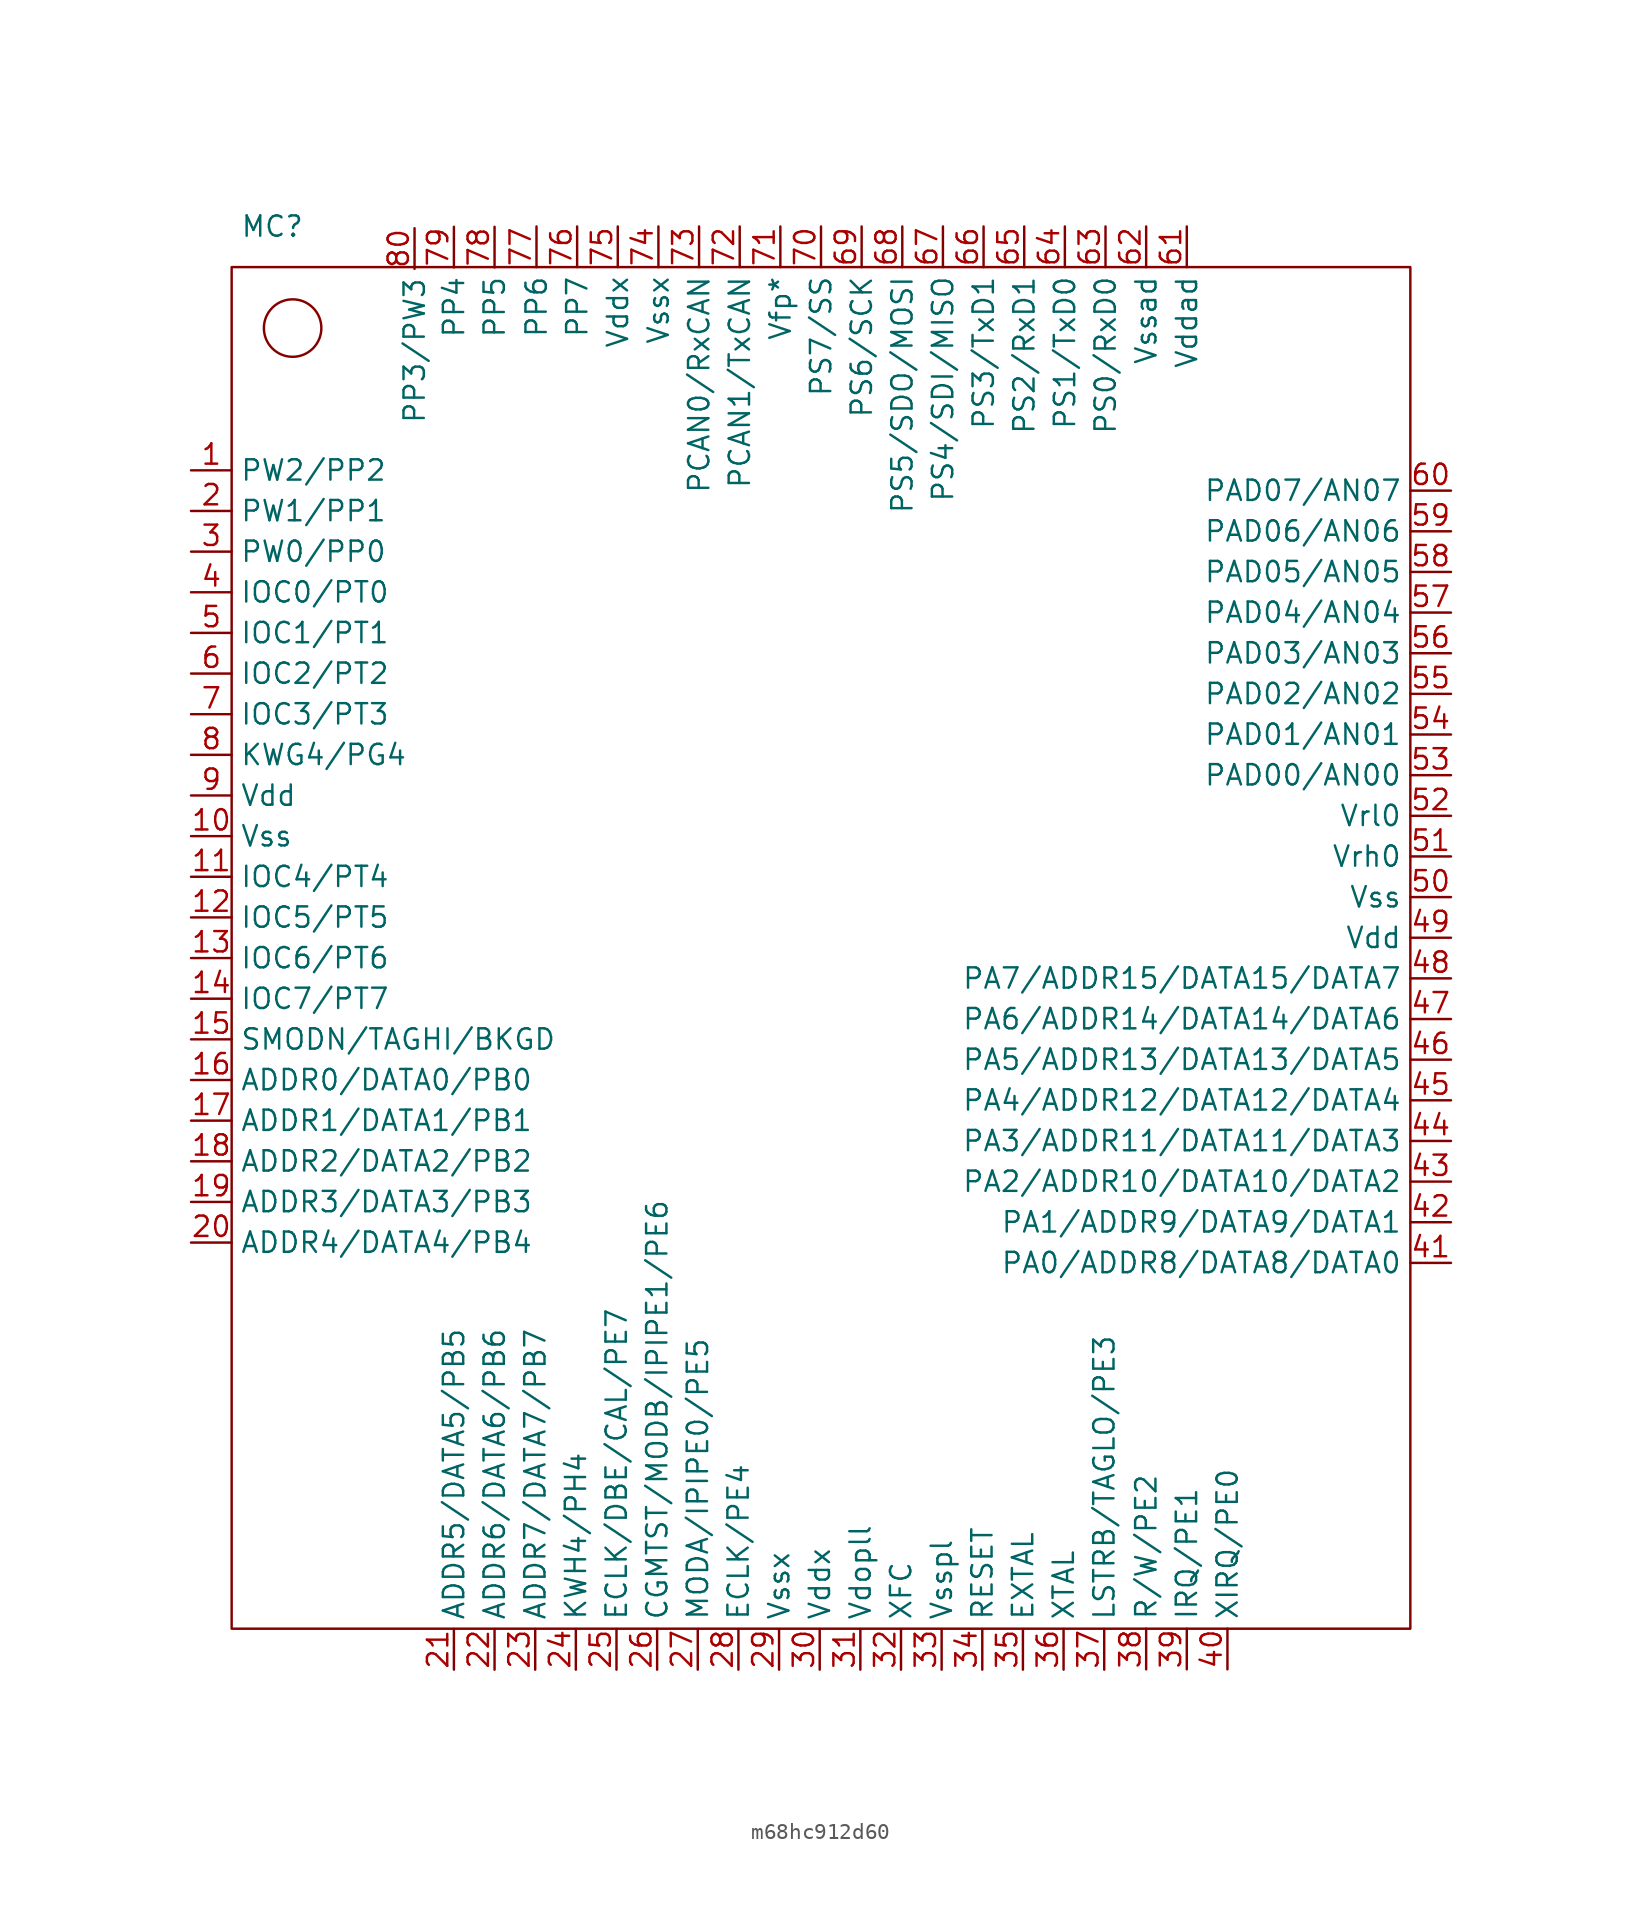
<source format=kicad_sym>
(kicad_symbol_lib
  (version 20220914)
  (generator kicad_symbol_editor)
  (symbol "m68hc912d60"
    (property "Reference" "MC"
      (at -33.02 45.72 0)
      (effects (font (size 1.27 1.27))))
    (property "Value" ""
      (at -11.43 8.89 0)
      (effects (font (size 1.27 1.27))))
    (symbol "m68hc912d60_0_1"
      (rectangle (start -35.56 43.18) (end 38.1 -41.91) (stroke (width 0) (type default)) (fill (type none)))
      (circle (center -31.75 39.37) (radius 1.796) (stroke (width 0) (type default)) (fill (type none))))
    (symbol "m68hc912d60_1_1"
      (pin free line (at -38.1 30.48 0) (length 2.54) (name "PW2/PP2" (effects (font (size 1.27 1.27)))) (number "1" (effects (font (size 1.27 1.27)))))
      (pin free line (at -38.1 7.62 0) (length 2.54) (name "Vss" (effects (font (size 1.27 1.27)))) (number "10" (effects (font (size 1.27 1.27)))))
      (pin free line (at -38.1 5.08 0) (length 2.54) (name "IOC4/PT4" (effects (font (size 1.27 1.27)))) (number "11" (effects (font (size 1.27 1.27)))))
      (pin free line (at -38.1 2.54 0) (length 2.54) (name "IOC5/PT5" (effects (font (size 1.27 1.27)))) (number "12" (effects (font (size 1.27 1.27)))))
      (pin free line (at -38.1 0 0) (length 2.54) (name "IOC6/PT6" (effects (font (size 1.27 1.27)))) (number "13" (effects (font (size 1.27 1.27)))))
      (pin free line (at -38.1 -2.54 0) (length 2.54) (name "IOC7/PT7" (effects (font (size 1.27 1.27)))) (number "14" (effects (font (size 1.27 1.27)))))
      (pin free line (at -38.1 -5.08 0) (length 2.54) (name "SMODN/TAGHI/BKGD" (effects (font (size 1.27 1.27)))) (number "15" (effects (font (size 1.27 1.27)))))
      (pin free line (at -38.1 -7.62 0) (length 2.54) (name "ADDR0/DATA0/PB0" (effects (font (size 1.27 1.27)))) (number "16" (effects (font (size 1.27 1.27)))))
      (pin free line (at -38.1 -10.16 0) (length 2.54) (name "ADDR1/DATA1/PB1" (effects (font (size 1.27 1.27)))) (number "17" (effects (font (size 1.27 1.27)))))
      (pin free line (at -38.1 -12.7 0) (length 2.54) (name "ADDR2/DATA2/PB2" (effects (font (size 1.27 1.27)))) (number "18" (effects (font (size 1.27 1.27)))))
      (pin free line (at -38.1 -15.24 0) (length 2.54) (name "ADDR3/DATA3/PB3" (effects (font (size 1.27 1.27)))) (number "19" (effects (font (size 1.27 1.27)))))
      (pin free line (at -38.1 27.94 0) (length 2.54) (name "PW1/PP1" (effects (font (size 1.27 1.27)))) (number "2" (effects (font (size 1.27 1.27)))))
      (pin free line (at -38.1 -17.78 0) (length 2.54) (name "ADDR4/DATA4/PB4" (effects (font (size 1.27 1.27)))) (number "20" (effects (font (size 1.27 1.27)))))
      (pin free line (at -21.671 -44.47 90) (length 2.54) (name "ADDR5/DATA5/PB5" (effects (font (size 1.27 1.27)))) (number "21" (effects (font (size 1.27 1.27)))))
      (pin free line (at -19.131 -44.47 90) (length 2.54) (name "ADDR6/DATA6/PB6" (effects (font (size 1.27 1.27)))) (number "22" (effects (font (size 1.27 1.27)))))
      (pin free line (at -16.591 -44.47 90) (length 2.54) (name "ADDR7/DATA7/PB7" (effects (font (size 1.27 1.27)))) (number "23" (effects (font (size 1.27 1.27)))))
      (pin free line (at -14.051 -44.47 90) (length 2.54) (name "KWH4/PH4" (effects (font (size 1.27 1.27)))) (number "24" (effects (font (size 1.27 1.27)))))
      (pin free line (at -11.511 -44.47 90) (length 2.54) (name "ECLK/DBE/CAL/PE7" (effects (font (size 1.27 1.27)))) (number "25" (effects (font (size 1.27 1.27)))))
      (pin free line (at -8.971 -44.47 90) (length 2.54) (name "CGMTST/MODB/IPIPE1/PE6" (effects (font (size 1.27 1.27)))) (number "26" (effects (font (size 1.27 1.27)))))
      (pin free line (at -6.431 -44.47 90) (length 2.54) (name "MODA/IPIPE0/PE5" (effects (font (size 1.27 1.27)))) (number "27" (effects (font (size 1.27 1.27)))))
      (pin free line (at -3.891 -44.47 90) (length 2.54) (name "ECLK/PE4" (effects (font (size 1.27 1.27)))) (number "28" (effects (font (size 1.27 1.27)))))
      (pin free line (at -1.351 -44.47 90) (length 2.54) (name "Vssx" (effects (font (size 1.27 1.27)))) (number "29" (effects (font (size 1.27 1.27)))))
      (pin free line (at -38.1 25.4 0) (length 2.54) (name "PW0/PP0" (effects (font (size 1.27 1.27)))) (number "3" (effects (font (size 1.27 1.27)))))
      (pin free line (at 1.189 -44.47 90) (length 2.54) (name "Vddx" (effects (font (size 1.27 1.27)))) (number "30" (effects (font (size 1.27 1.27)))))
      (pin free line (at 3.729 -44.47 90) (length 2.54) (name "Vdopll" (effects (font (size 1.27 1.27)))) (number "31" (effects (font (size 1.27 1.27)))))
      (pin free line (at 6.269 -44.47 90) (length 2.54) (name "XFC" (effects (font (size 1.27 1.27)))) (number "32" (effects (font (size 1.27 1.27)))))
      (pin free line (at 8.809 -44.47 90) (length 2.54) (name "Vsspl" (effects (font (size 1.27 1.27)))) (number "33" (effects (font (size 1.27 1.27)))))
      (pin free line (at 11.349 -44.47 90) (length 2.54) (name "RESET" (effects (font (size 1.27 1.27)))) (number "34" (effects (font (size 1.27 1.27)))))
      (pin free line (at 13.889 -44.47 90) (length 2.54) (name "EXTAL" (effects (font (size 1.27 1.27)))) (number "35" (effects (font (size 1.27 1.27)))))
      (pin free line (at 16.429 -44.47 90) (length 2.54) (name "XTAL" (effects (font (size 1.27 1.27)))) (number "36" (effects (font (size 1.27 1.27)))))
      (pin free line (at 18.969 -44.47 90) (length 2.54) (name "LSTRB/TAGLO/PE3" (effects (font (size 1.27 1.27)))) (number "37" (effects (font (size 1.27 1.27)))))
      (pin free line (at 21.59 -44.45 90) (length 2.54) (name "R/W/PE2" (effects (font (size 1.27 1.27)))) (number "38" (effects (font (size 1.27 1.27)))))
      (pin free line (at 24.13 -44.45 90) (length 2.54) (name "IRQ/PE1" (effects (font (size 1.27 1.27)))) (number "39" (effects (font (size 1.27 1.27)))))
      (pin free line (at -38.1 22.86 0) (length 2.54) (name "IOC0/PT0" (effects (font (size 1.27 1.27)))) (number "4" (effects (font (size 1.27 1.27)))))
      (pin free line (at 26.67 -44.45 90) (length 2.54) (name "XIRQ/PE0" (effects (font (size 1.27 1.27)))) (number "40" (effects (font (size 1.27 1.27)))))
      (pin free line (at 40.64 -19.05 180) (length 2.54) (name "PA0/ADDR8/DATA8/DATA0" (effects (font (size 1.27 1.27)))) (number "41" (effects (font (size 1.27 1.27)))))
      (pin free line (at 40.64 -16.51 180) (length 2.54) (name "PA1/ADDR9/DATA9/DATA1" (effects (font (size 1.27 1.27)))) (number "42" (effects (font (size 1.27 1.27)))))
      (pin free line (at 40.64 -13.97 180) (length 2.54) (name "PA2/ADDR10/DATA10/DATA2" (effects (font (size 1.27 1.27)))) (number "43" (effects (font (size 1.27 1.27)))))
      (pin free line (at 40.64 -11.43 180) (length 2.54) (name "PA3/ADDR11/DATA11/DATA3" (effects (font (size 1.27 1.27)))) (number "44" (effects (font (size 1.27 1.27)))))
      (pin free line (at 40.64 -8.89 180) (length 2.54) (name "PA4/ADDR12/DATA12/DATA4" (effects (font (size 1.27 1.27)))) (number "45" (effects (font (size 1.27 1.27)))))
      (pin free line (at 40.64 -6.35 180) (length 2.54) (name "PA5/ADDR13/DATA13/DATA5" (effects (font (size 1.27 1.27)))) (number "46" (effects (font (size 1.27 1.27)))))
      (pin free line (at 40.64 -3.81 180) (length 2.54) (name "PA6/ADDR14/DATA14/DATA6" (effects (font (size 1.27 1.27)))) (number "47" (effects (font (size 1.27 1.27)))))
      (pin free line (at 40.64 -1.27 180) (length 2.54) (name "PA7/ADDR15/DATA15/DATA7" (effects (font (size 1.27 1.27)))) (number "48" (effects (font (size 1.27 1.27)))))
      (pin free line (at 40.64 1.27 180) (length 2.54) (name "Vdd" (effects (font (size 1.27 1.27)))) (number "49" (effects (font (size 1.27 1.27)))))
      (pin free line (at -38.1 20.32 0) (length 2.54) (name "IOC1/PT1" (effects (font (size 1.27 1.27)))) (number "5" (effects (font (size 1.27 1.27)))))
      (pin free line (at 40.64 3.81 180) (length 2.54) (name "Vss" (effects (font (size 1.27 1.27)))) (number "50" (effects (font (size 1.27 1.27)))))
      (pin free line (at 40.64 6.35 180) (length 2.54) (name "Vrh0" (effects (font (size 1.27 1.27)))) (number "51" (effects (font (size 1.27 1.27)))))
      (pin free line (at 40.64 8.89 180) (length 2.54) (name "Vrl0" (effects (font (size 1.27 1.27)))) (number "52" (effects (font (size 1.27 1.27)))))
      (pin free line (at 40.64 11.43 180) (length 2.54) (name "PAD00/AN00" (effects (font (size 1.27 1.27)))) (number "53" (effects (font (size 1.27 1.27)))))
      (pin free line (at 40.64 13.97 180) (length 2.54) (name "PAD01/AN01" (effects (font (size 1.27 1.27)))) (number "54" (effects (font (size 1.27 1.27)))))
      (pin free line (at 40.64 16.51 180) (length 2.54) (name "PAD02/AN02" (effects (font (size 1.27 1.27)))) (number "55" (effects (font (size 1.27 1.27)))))
      (pin free line (at 40.64 19.05 180) (length 2.54) (name "PAD03/AN03" (effects (font (size 1.27 1.27)))) (number "56" (effects (font (size 1.27 1.27)))))
      (pin free line (at 40.64 21.59 180) (length 2.54) (name "PAD04/AN04" (effects (font (size 1.27 1.27)))) (number "57" (effects (font (size 1.27 1.27)))))
      (pin free line (at 40.64 24.13 180) (length 2.54) (name "PAD05/AN05" (effects (font (size 1.27 1.27)))) (number "58" (effects (font (size 1.27 1.27)))))
      (pin free line (at 40.64 26.67 180) (length 2.54) (name "PAD06/AN06" (effects (font (size 1.27 1.27)))) (number "59" (effects (font (size 1.27 1.27)))))
      (pin free line (at -38.1 17.78 0) (length 2.54) (name "IOC2/PT2" (effects (font (size 1.27 1.27)))) (number "6" (effects (font (size 1.27 1.27)))))
      (pin free line (at 40.64 29.21 180) (length 2.54) (name "PAD07/AN07" (effects (font (size 1.27 1.27)))) (number "60" (effects (font (size 1.27 1.27)))))
      (pin free line (at 24.13 45.72 270) (length 2.54) (name "Vddad" (effects (font (size 1.27 1.27)))) (number "61" (effects (font (size 1.27 1.27)))))
      (pin free line (at 21.59 45.72 270) (length 2.54) (name "Vssad" (effects (font (size 1.27 1.27)))) (number "62" (effects (font (size 1.27 1.27)))))
      (pin free line (at 19.05 45.72 270) (length 2.54) (name "PS0/RxD0" (effects (font (size 1.27 1.27)))) (number "63" (effects (font (size 1.27 1.27)))))
      (pin free line (at 16.51 45.72 270) (length 2.54) (name "PS1/TxD0" (effects (font (size 1.27 1.27)))) (number "64" (effects (font (size 1.27 1.27)))))
      (pin free line (at 13.97 45.72 270) (length 2.54) (name "PS2/RxD1" (effects (font (size 1.27 1.27)))) (number "65" (effects (font (size 1.27 1.27)))))
      (pin free line (at 11.43 45.72 270) (length 2.54) (name "PS3/TxD1" (effects (font (size 1.27 1.27)))) (number "66" (effects (font (size 1.27 1.27)))))
      (pin free line (at 8.89 45.72 270) (length 2.54) (name "PS4/SDI/MISO" (effects (font (size 1.27 1.27)))) (number "67" (effects (font (size 1.27 1.27)))))
      (pin free line (at 6.35 45.72 270) (length 2.54) (name "PS5/SDO/MOSI" (effects (font (size 1.27 1.27)))) (number "68" (effects (font (size 1.27 1.27)))))
      (pin free line (at 3.81 45.72 270) (length 2.54) (name "PS6/SCK" (effects (font (size 1.27 1.27)))) (number "69" (effects (font (size 1.27 1.27)))))
      (pin free line (at -38.1 15.24 0) (length 2.54) (name "IOC3/PT3" (effects (font (size 1.27 1.27)))) (number "7" (effects (font (size 1.27 1.27)))))
      (pin free line (at 1.27 45.72 270) (length 2.54) (name "PS7/SS" (effects (font (size 1.27 1.27)))) (number "70" (effects (font (size 1.27 1.27)))))
      (pin free line (at -1.27 45.72 270) (length 2.54) (name "Vfp*" (effects (font (size 1.27 1.27)))) (number "71" (effects (font (size 1.27 1.27)))))
      (pin free line (at -3.81 45.72 270) (length 2.54) (name "PCAN1/TxCAN" (effects (font (size 1.27 1.27)))) (number "72" (effects (font (size 1.27 1.27)))))
      (pin free line (at -6.35 45.72 270) (length 2.54) (name "PCAN0/RxCAN" (effects (font (size 1.27 1.27)))) (number "73" (effects (font (size 1.27 1.27)))))
      (pin free line (at -8.89 45.72 270) (length 2.54) (name "Vssx" (effects (font (size 1.27 1.27)))) (number "74" (effects (font (size 1.27 1.27)))))
      (pin free line (at -11.43 45.72 270) (length 2.54) (name "Vddx" (effects (font (size 1.27 1.27)))) (number "75" (effects (font (size 1.27 1.27)))))
      (pin free line (at -13.97 45.72 270) (length 2.54) (name "PP7" (effects (font (size 1.27 1.27)))) (number "76" (effects (font (size 1.27 1.27)))))
      (pin free line (at -16.51 45.72 270) (length 2.54) (name "PP6" (effects (font (size 1.27 1.27)))) (number "77" (effects (font (size 1.27 1.27)))))
      (pin free line (at -19.131 45.7 270) (length 2.54) (name "PP5" (effects (font (size 1.27 1.27)))) (number "78" (effects (font (size 1.27 1.27)))))
      (pin free line (at -21.671 45.7 270) (length 2.54) (name "PP4" (effects (font (size 1.27 1.27)))) (number "79" (effects (font (size 1.27 1.27)))))
      (pin free line (at -38.1 12.7 0) (length 2.54) (name "KWG4/PG4" (effects (font (size 1.27 1.27)))) (number "8" (effects (font (size 1.27 1.27)))))
      (pin free line (at -24.131 45.611 270) (length 2.54) (name "PP3/PW3" (effects (font (size 1.27 1.27)))) (number "80" (effects (font (size 1.27 1.27)))))
      (pin free line (at -38.1 10.16 0) (length 2.54) (name "Vdd" (effects (font (size 1.27 1.27)))) (number "9" (effects (font (size 1.27 1.27))))))))
</source>
